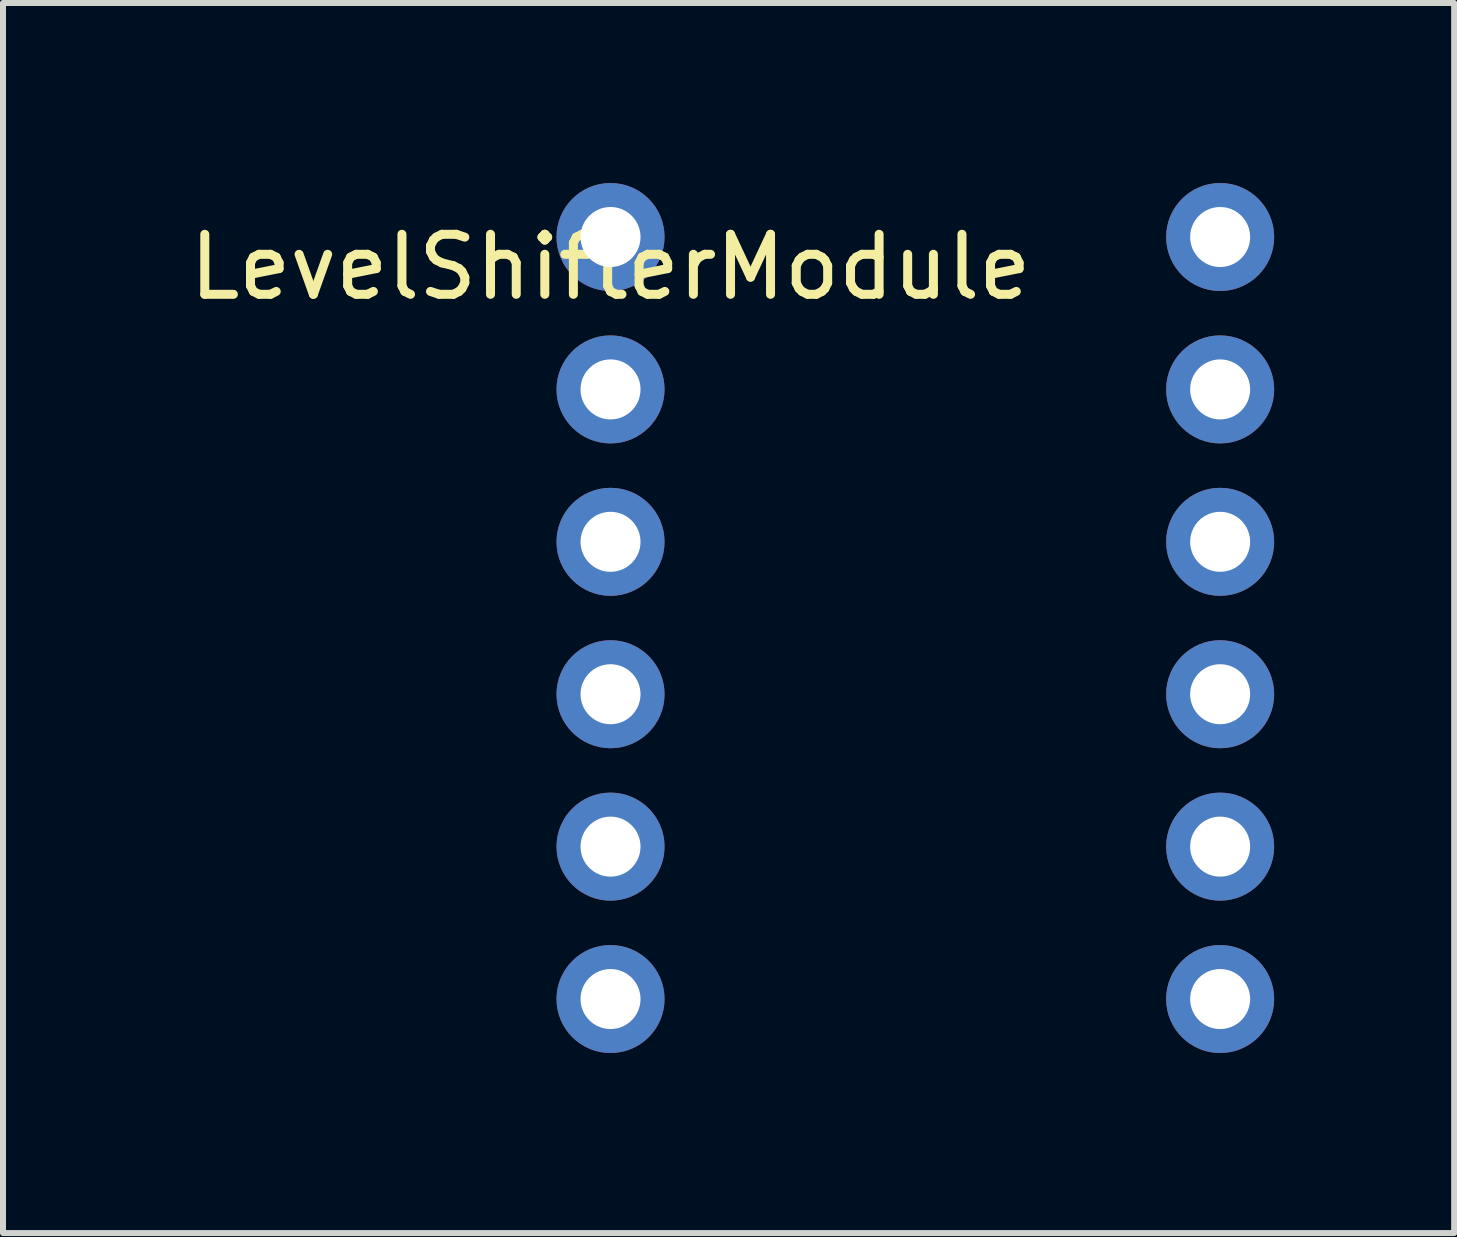
<source format=kicad_pcb>
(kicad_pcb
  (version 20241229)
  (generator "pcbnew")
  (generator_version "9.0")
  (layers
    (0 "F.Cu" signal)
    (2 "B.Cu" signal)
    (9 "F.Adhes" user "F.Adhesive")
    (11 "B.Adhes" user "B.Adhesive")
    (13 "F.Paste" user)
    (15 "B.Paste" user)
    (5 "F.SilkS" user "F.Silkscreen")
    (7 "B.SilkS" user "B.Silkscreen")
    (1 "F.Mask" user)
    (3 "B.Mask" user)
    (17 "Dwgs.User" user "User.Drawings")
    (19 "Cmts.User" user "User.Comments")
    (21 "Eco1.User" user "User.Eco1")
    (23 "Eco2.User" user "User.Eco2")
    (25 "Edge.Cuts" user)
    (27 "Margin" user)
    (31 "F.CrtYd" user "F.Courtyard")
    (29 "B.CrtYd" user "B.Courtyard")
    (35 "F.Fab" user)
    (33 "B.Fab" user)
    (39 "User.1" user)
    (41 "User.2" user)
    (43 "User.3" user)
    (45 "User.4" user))
  (footprint "LevelShifterModule"
    (layer "F.Cu")
    (at 7.125 0.9)
    (property "Reference" "LevelShifterModule" (at 0 0.5 0) (layer "F.SilkS") (effects (font (size 1 1) (thickness 0.15))))
    (attr through_hole)
    (pad "1" thru_hole circle (at 0 0) (size 1.8 1.8) (drill 1) (layers "*.Cu" "*.Mask"))
    (pad "2" thru_hole circle (at 0 2.54) (size 1.8 1.8) (drill 1) (layers "*.Cu" "*.Mask"))
    (pad "3" thru_hole circle (at 0 5.08) (size 1.8 1.8) (drill 1) (layers "*.Cu" "*.Mask"))
    (pad "4" thru_hole circle (at 0 7.62) (size 1.8 1.8) (drill 1) (layers "*.Cu" "*.Mask"))
    (pad "5" thru_hole circle (at 0 10.16) (size 1.8 1.8) (drill 1) (layers "*.Cu" "*.Mask"))
    (pad "6" thru_hole circle (at 0 12.7) (size 1.8 1.8) (drill 1) (layers "*.Cu" "*.Mask"))
    (pad "7" thru_hole circle (at 10.16 12.7) (size 1.8 1.8) (drill 1) (layers "*.Cu" "*.Mask"))
    (pad "8" thru_hole circle (at 10.16 10.16) (size 1.8 1.8) (drill 1) (layers "*.Cu" "*.Mask"))
    (pad "9" thru_hole circle (at 10.16 7.62) (size 1.8 1.8) (drill 1) (layers "*.Cu" "*.Mask"))
    (pad "10" thru_hole circle (at 10.16 5.08) (size 1.8 1.8) (drill 1) (layers "*.Cu" "*.Mask"))
    (pad "11" thru_hole circle (at 10.16 2.54) (size 1.8 1.8) (drill 1) (layers "*.Cu" "*.Mask"))
    (pad "12" thru_hole circle (at 10.16 0) (size 1.8 1.8) (drill 1) (layers "*.Cu" "*.Mask")))
  (gr_rect
    (start -3 -3)
    (end 21.185 17.5)
    (stroke (width 0.1) (type default))
    (fill no)
    (layer "Edge.Cuts")))
</source>
